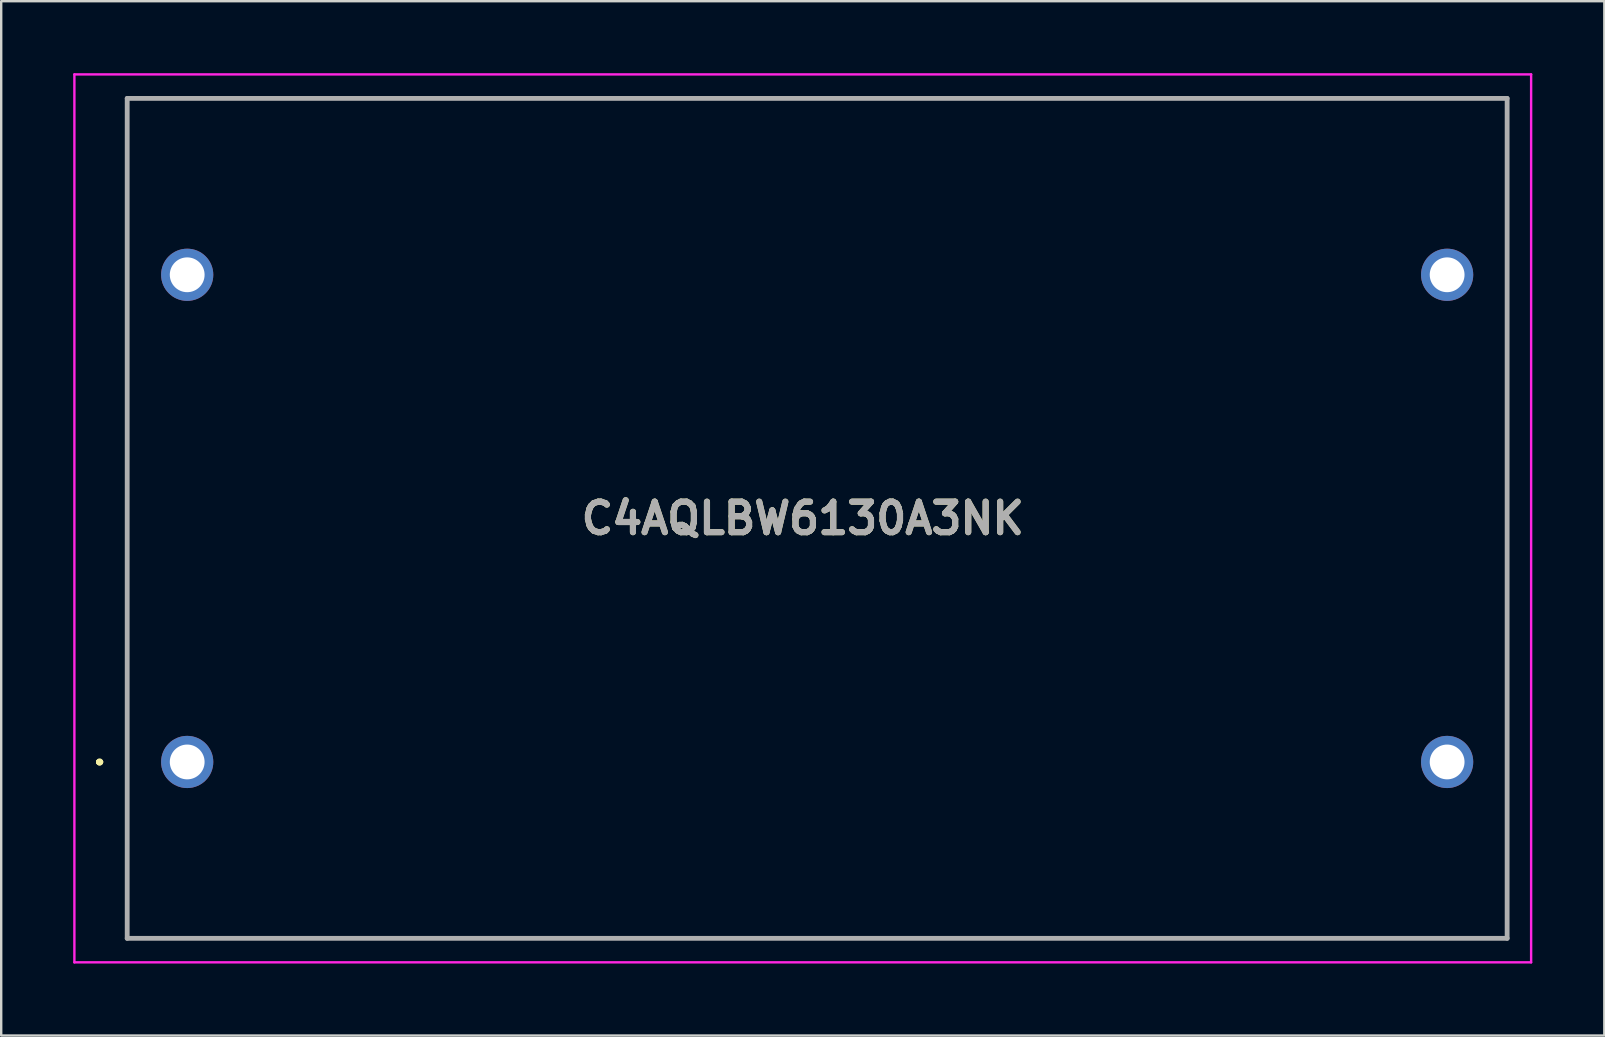
<source format=kicad_pcb>
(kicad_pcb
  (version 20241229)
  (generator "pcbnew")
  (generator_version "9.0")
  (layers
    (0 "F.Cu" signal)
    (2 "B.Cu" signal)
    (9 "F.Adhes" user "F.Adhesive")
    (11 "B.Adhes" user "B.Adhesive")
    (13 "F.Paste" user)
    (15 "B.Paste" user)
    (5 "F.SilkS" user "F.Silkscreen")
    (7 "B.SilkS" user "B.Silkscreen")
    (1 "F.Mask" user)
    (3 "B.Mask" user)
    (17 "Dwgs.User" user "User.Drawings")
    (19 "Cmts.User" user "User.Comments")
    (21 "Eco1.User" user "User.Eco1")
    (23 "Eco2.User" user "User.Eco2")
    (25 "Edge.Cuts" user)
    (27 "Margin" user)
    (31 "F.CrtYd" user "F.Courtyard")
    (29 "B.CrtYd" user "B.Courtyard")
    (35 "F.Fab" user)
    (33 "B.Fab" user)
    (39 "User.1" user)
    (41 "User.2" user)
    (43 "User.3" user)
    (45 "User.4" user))
  (footprint "C4AQLBW6130A3NK"
    (layer "F.Cu")
    (at 4.75 28.7)
    (property "Reference" "C4AQLBW6130A3NK" (at 25.65 -10.15 0) (layer "F.SilkS") (effects (font (size 1.27 1.27) (thickness 0.254))))
    (attr through_hole)
    (fp_line (start -3.7 0) (end -3.7 0) (stroke (width 0.2) (type solid)) (layer "F.SilkS"))
    (fp_line (start -3.7 0) (end -3.7 0) (stroke (width 0.2) (type solid)) (layer "F.SilkS"))
    (fp_line (start -3.6 0) (end -3.6 0) (stroke (width 0.2) (type solid)) (layer "F.SilkS"))
    (fp_line (start -2.5 -27.65) (end 55 -27.65) (stroke (width 0.1) (type solid)) (layer "F.SilkS"))
    (fp_line (start -2.5 7.35) (end -2.5 -27.65) (stroke (width 0.1) (type solid)) (layer "F.SilkS"))
    (fp_line (start 55 -27.65) (end 55 7.35) (stroke (width 0.1) (type solid)) (layer "F.SilkS"))
    (fp_line (start 55 7.35) (end -2.5 7.35) (stroke (width 0.1) (type solid)) (layer "F.SilkS"))
    (fp_arc (start -3.7 0) (mid -3.65 -0.05) (end -3.6 0) (stroke (width 0.2) (type solid)) (layer "F.SilkS"))
    (fp_arc (start -3.6 0) (mid -3.65 0.05) (end -3.7 0) (stroke (width 0.2) (type solid)) (layer "F.SilkS"))
    (fp_arc (start -3.6 0) (mid -3.65 0.05) (end -3.7 0) (stroke (width 0.2) (type solid)) (layer "F.SilkS"))
    (fp_line (start -4.7 -28.65) (end 56 -28.65) (stroke (width 0.1) (type solid)) (layer "F.CrtYd"))
    (fp_line (start -4.7 8.35) (end -4.7 -28.65) (stroke (width 0.1) (type solid)) (layer "F.CrtYd"))
    (fp_line (start 56 -28.65) (end 56 8.35) (stroke (width 0.1) (type solid)) (layer "F.CrtYd"))
    (fp_line (start 56 8.35) (end -4.7 8.35) (stroke (width 0.1) (type solid)) (layer "F.CrtYd"))
    (fp_line (start -2.5 -27.65) (end -2.5 7.35) (stroke (width 0.2) (type solid)) (layer "F.Fab"))
    (fp_line (start -2.5 7.35) (end 55 7.35) (stroke (width 0.2) (type solid)) (layer "F.Fab"))
    (fp_line (start 55 -27.65) (end -2.5 -27.65) (stroke (width 0.2) (type solid)) (layer "F.Fab"))
    (fp_line (start 55 7.35) (end 55 -27.65) (stroke (width 0.2) (type solid)) (layer "F.Fab"))
    (fp_text user "${REFERENCE}" (at 25.65 -10.15 0) (layer "F.Fab") (effects (font (size 1.27 1.27) (thickness 0.254))))
    (pad "1" thru_hole circle (at 0 0) (size 2.175 2.175) (drill 1.45) (layers "*.Cu" "*.Mask"))
    (pad "2" thru_hole circle (at 52.5 0) (size 2.175 2.175) (drill 1.45) (layers "*.Cu" "*.Mask"))
    (pad "3" thru_hole circle (at 52.5 -20.3) (size 2.175 2.175) (drill 1.45) (layers "*.Cu" "*.Mask"))
    (pad "4" thru_hole circle (at 0 -20.3) (size 2.175 2.175) (drill 1.45) (layers "*.Cu" "*.Mask")))
  (gr_rect
    (start -3 -3)
    (end 63.8 40.1)
    (stroke (width 0.1) (type default))
    (fill no)
    (layer "Edge.Cuts")))
</source>
